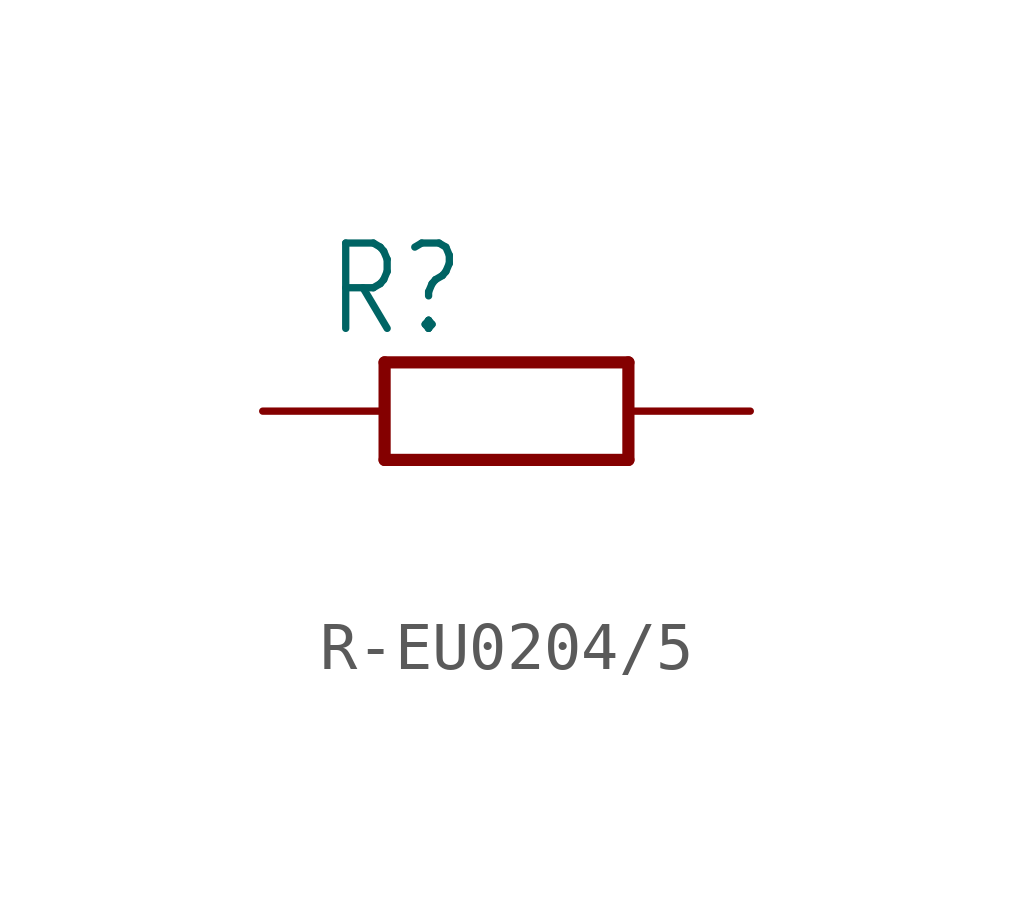
<source format=kicad_sym>
(kicad_symbol_lib
  (version 20220914)
  (generator kicad_symbol_editor)
  (symbol "R-EU0204/5"
    (property "Reference" "R"
      (at -3.81 1.499 0)
      (effects (font (size 1.778 1.511)) (justify left bottom)))
    (property "Value" ""
      (at -3.81 -3.302 0)
      (effects (font (size 1.778 1.511)) (justify left bottom)))
    (property "ki_locked" ""
      (at 0 0 0)
      (effects (font (size 1.27 1.27))))
    (symbol "R-EU0204/5_1_0"
      (polyline (pts (xy -2.54 -1.016) (xy -2.54 1.016)) (stroke (width 0.254) (type solid)) (fill (type none)))
      (polyline (pts (xy -2.54 1.016) (xy 2.54 1.016)) (stroke (width 0.254) (type solid)) (fill (type none)))
      (polyline (pts (xy 2.54 -1.016) (xy -2.54 -1.016)) (stroke (width 0.254) (type solid)) (fill (type none)))
      (polyline (pts (xy 2.54 1.016) (xy 2.54 -1.016)) (stroke (width 0.254) (type solid)) (fill (type none)))
      (pin passive line (at -5.08 0 0) (length 2.54) (name "1" (effects (font (size 0 0)))) (number "1" (effects (font (size 0 0)))))
      (pin passive line (at 5.08 0 180) (length 2.54) (name "2" (effects (font (size 0 0)))) (number "2" (effects (font (size 0 0))))))))
</source>
